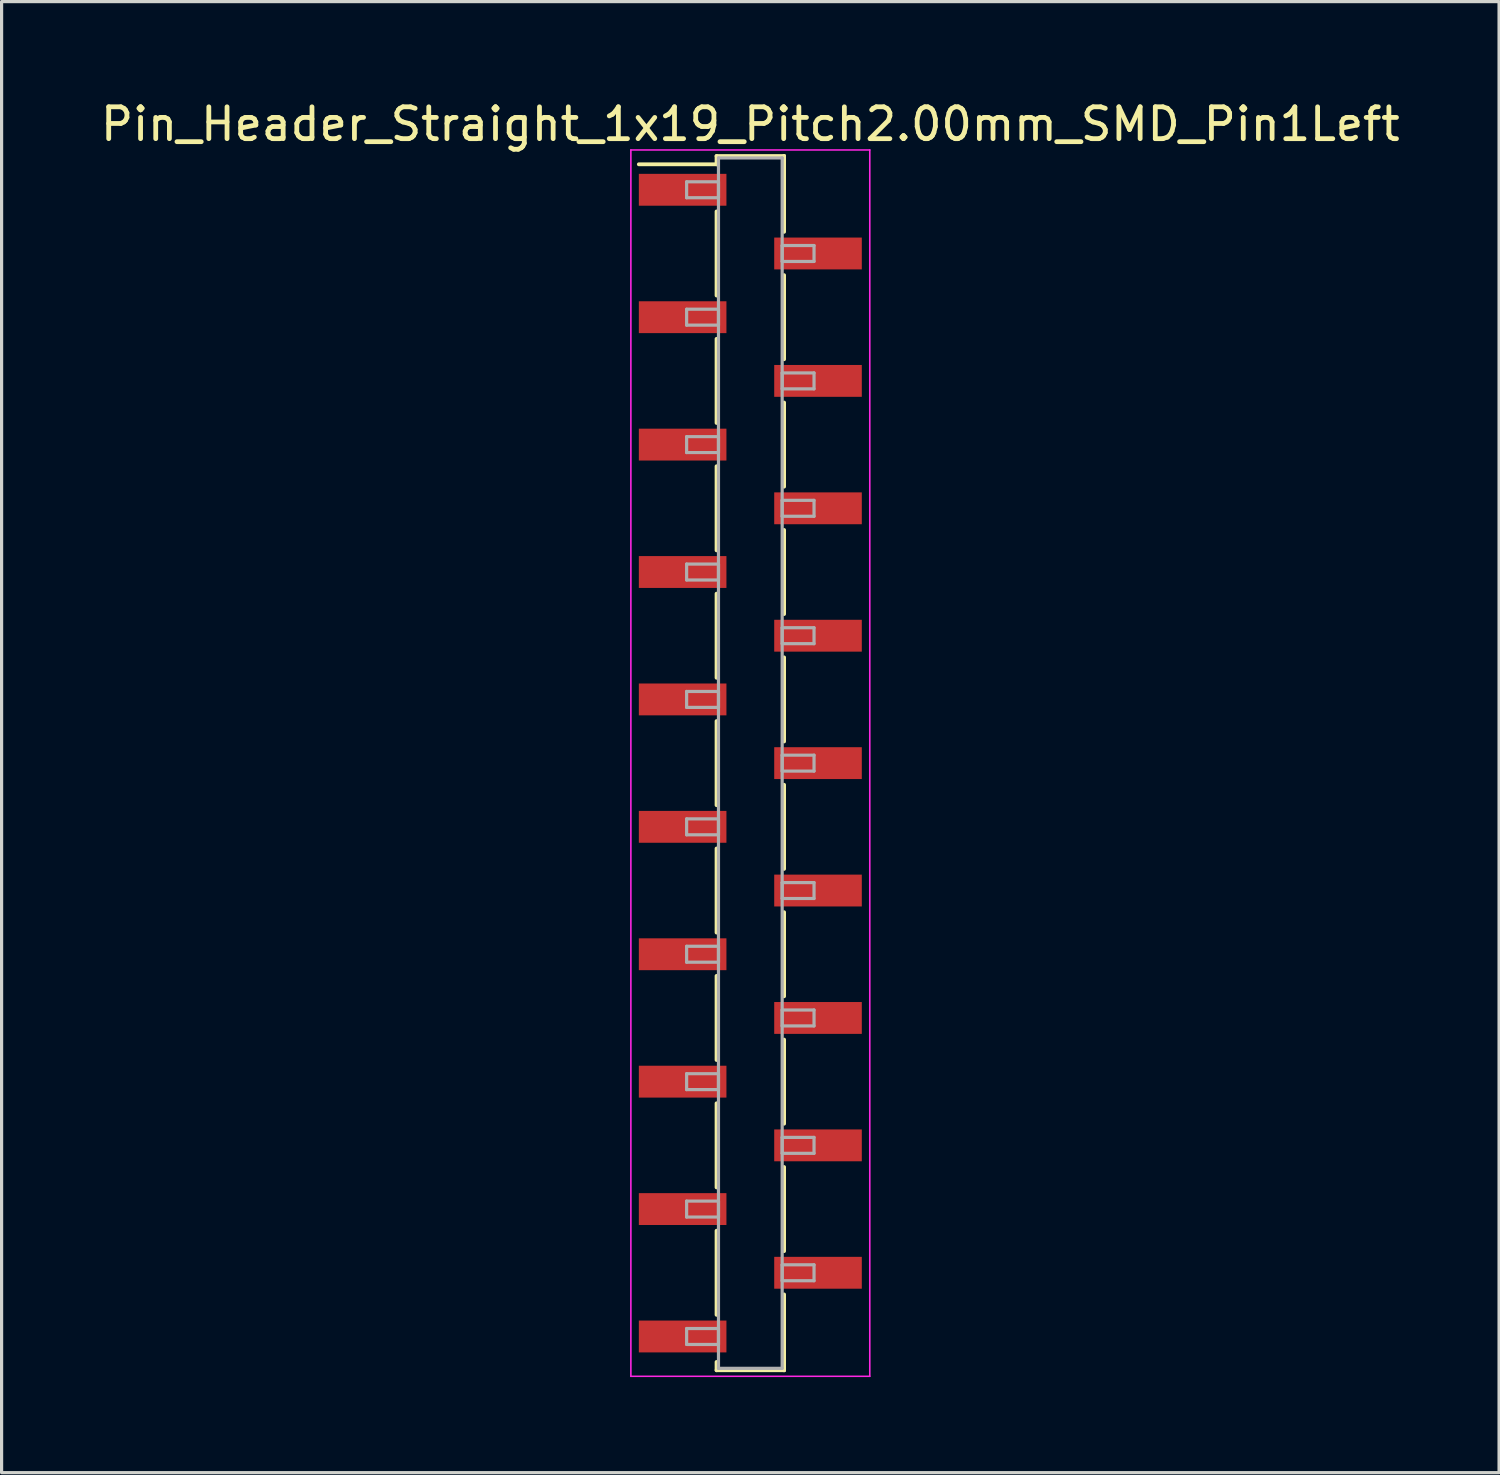
<source format=kicad_pcb>
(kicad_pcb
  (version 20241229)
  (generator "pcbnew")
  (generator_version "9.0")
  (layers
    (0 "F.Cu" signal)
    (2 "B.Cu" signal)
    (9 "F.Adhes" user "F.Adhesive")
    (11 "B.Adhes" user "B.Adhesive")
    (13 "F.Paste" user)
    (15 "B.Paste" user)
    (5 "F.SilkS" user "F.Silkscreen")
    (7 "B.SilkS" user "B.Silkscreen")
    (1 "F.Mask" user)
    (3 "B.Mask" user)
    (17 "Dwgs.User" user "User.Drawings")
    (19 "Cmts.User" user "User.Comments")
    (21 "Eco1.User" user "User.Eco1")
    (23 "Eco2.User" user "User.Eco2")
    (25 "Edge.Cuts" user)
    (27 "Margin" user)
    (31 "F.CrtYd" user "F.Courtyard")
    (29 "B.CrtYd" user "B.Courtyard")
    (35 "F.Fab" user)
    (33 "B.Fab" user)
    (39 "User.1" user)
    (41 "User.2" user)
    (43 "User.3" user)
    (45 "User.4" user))
  (footprint "Pin_Header_Straight_1x19_Pitch2.00mm_SMD_Pin1Left"
    (layer "F.Cu")
    (at 20.506 20.908)
    (property "Reference" "Pin_Header_Straight_1x19_Pitch2.00mm_SMD_Pin1Left" (at 0 -20.06 0) (layer "F.SilkS") (effects (font (size 1 1) (thickness 0.15))))
    (attr smd)
    (fp_line (start -1.06 -19.06) (end 1.06 -19.06) (stroke (width 0.12) (type solid)) (layer "F.SilkS"))
    (fp_line (start -1.06 -18.8) (end -3.5 -18.8) (stroke (width 0.12) (type solid)) (layer "F.SilkS"))
    (fp_line (start -1.06 -18.8) (end -1.06 -19.06) (stroke (width 0.12) (type solid)) (layer "F.SilkS"))
    (fp_line (start -1.06 -17.32) (end -1.06 -14.68) (stroke (width 0.12) (type solid)) (layer "F.SilkS"))
    (fp_line (start -1.06 -13.32) (end -1.06 -10.68) (stroke (width 0.12) (type solid)) (layer "F.SilkS"))
    (fp_line (start -1.06 -9.32) (end -1.06 -6.68) (stroke (width 0.12) (type solid)) (layer "F.SilkS"))
    (fp_line (start -1.06 -5.32) (end -1.06 -2.68) (stroke (width 0.12) (type solid)) (layer "F.SilkS"))
    (fp_line (start -1.06 -1.32) (end -1.06 1.32) (stroke (width 0.12) (type solid)) (layer "F.SilkS"))
    (fp_line (start -1.06 2.68) (end -1.06 5.32) (stroke (width 0.12) (type solid)) (layer "F.SilkS"))
    (fp_line (start -1.06 6.68) (end -1.06 9.32) (stroke (width 0.12) (type solid)) (layer "F.SilkS"))
    (fp_line (start -1.06 10.68) (end -1.06 13.32) (stroke (width 0.12) (type solid)) (layer "F.SilkS"))
    (fp_line (start -1.06 14.68) (end -1.06 17.32) (stroke (width 0.12) (type solid)) (layer "F.SilkS"))
    (fp_line (start -1.06 18.8) (end -1.06 19.06) (stroke (width 0.12) (type solid)) (layer "F.SilkS"))
    (fp_line (start -1.06 19.06) (end 1.06 19.06) (stroke (width 0.12) (type solid)) (layer "F.SilkS"))
    (fp_line (start 1.06 -19.06) (end 1.06 -18.8) (stroke (width 0.12) (type solid)) (layer "F.SilkS"))
    (fp_line (start 1.06 -19.06) (end 1.06 -16.68) (stroke (width 0.12) (type solid)) (layer "F.SilkS"))
    (fp_line (start 1.06 -15.32) (end 1.06 -12.68) (stroke (width 0.12) (type solid)) (layer "F.SilkS"))
    (fp_line (start 1.06 -11.32) (end 1.06 -8.68) (stroke (width 0.12) (type solid)) (layer "F.SilkS"))
    (fp_line (start 1.06 -7.32) (end 1.06 -4.68) (stroke (width 0.12) (type solid)) (layer "F.SilkS"))
    (fp_line (start 1.06 -3.32) (end 1.06 -0.68) (stroke (width 0.12) (type solid)) (layer "F.SilkS"))
    (fp_line (start 1.06 0.68) (end 1.06 3.32) (stroke (width 0.12) (type solid)) (layer "F.SilkS"))
    (fp_line (start 1.06 4.68) (end 1.06 7.32) (stroke (width 0.12) (type solid)) (layer "F.SilkS"))
    (fp_line (start 1.06 8.68) (end 1.06 11.32) (stroke (width 0.12) (type solid)) (layer "F.SilkS"))
    (fp_line (start 1.06 12.68) (end 1.06 15.32) (stroke (width 0.12) (type solid)) (layer "F.SilkS"))
    (fp_line (start 1.06 16.68) (end 1.06 19.06) (stroke (width 0.12) (type solid)) (layer "F.SilkS"))
    (fp_line (start 1.06 19.06) (end 1.06 18.8) (stroke (width 0.12) (type solid)) (layer "F.SilkS"))
    (fp_line (start -3.75 -19.25) (end -3.75 19.25) (stroke (width 0.05) (type solid)) (layer "F.CrtYd"))
    (fp_line (start -3.75 19.25) (end 3.75 19.25) (stroke (width 0.05) (type solid)) (layer "F.CrtYd"))
    (fp_line (start 3.75 -19.25) (end -3.75 -19.25) (stroke (width 0.05) (type solid)) (layer "F.CrtYd"))
    (fp_line (start 3.75 19.25) (end 3.75 -19.25) (stroke (width 0.05) (type solid)) (layer "F.CrtYd"))
    (fp_line (start -2 -18.25) (end -1 -18.25) (stroke (width 0.1) (type solid)) (layer "F.Fab"))
    (fp_line (start -2 -17.75) (end -2 -18.25) (stroke (width 0.1) (type solid)) (layer "F.Fab"))
    (fp_line (start -2 -14.25) (end -1 -14.25) (stroke (width 0.1) (type solid)) (layer "F.Fab"))
    (fp_line (start -2 -13.75) (end -2 -14.25) (stroke (width 0.1) (type solid)) (layer "F.Fab"))
    (fp_line (start -2 -10.25) (end -1 -10.25) (stroke (width 0.1) (type solid)) (layer "F.Fab"))
    (fp_line (start -2 -9.75) (end -2 -10.25) (stroke (width 0.1) (type solid)) (layer "F.Fab"))
    (fp_line (start -2 -6.25) (end -1 -6.25) (stroke (width 0.1) (type solid)) (layer "F.Fab"))
    (fp_line (start -2 -5.75) (end -2 -6.25) (stroke (width 0.1) (type solid)) (layer "F.Fab"))
    (fp_line (start -2 -2.25) (end -1 -2.25) (stroke (width 0.1) (type solid)) (layer "F.Fab"))
    (fp_line (start -2 -1.75) (end -2 -2.25) (stroke (width 0.1) (type solid)) (layer "F.Fab"))
    (fp_line (start -2 1.75) (end -1 1.75) (stroke (width 0.1) (type solid)) (layer "F.Fab"))
    (fp_line (start -2 2.25) (end -2 1.75) (stroke (width 0.1) (type solid)) (layer "F.Fab"))
    (fp_line (start -2 5.75) (end -1 5.75) (stroke (width 0.1) (type solid)) (layer "F.Fab"))
    (fp_line (start -2 6.25) (end -2 5.75) (stroke (width 0.1) (type solid)) (layer "F.Fab"))
    (fp_line (start -2 9.75) (end -1 9.75) (stroke (width 0.1) (type solid)) (layer "F.Fab"))
    (fp_line (start -2 10.25) (end -2 9.75) (stroke (width 0.1) (type solid)) (layer "F.Fab"))
    (fp_line (start -2 13.75) (end -1 13.75) (stroke (width 0.1) (type solid)) (layer "F.Fab"))
    (fp_line (start -2 14.25) (end -2 13.75) (stroke (width 0.1) (type solid)) (layer "F.Fab"))
    (fp_line (start -2 17.75) (end -1 17.75) (stroke (width 0.1) (type solid)) (layer "F.Fab"))
    (fp_line (start -2 18.25) (end -2 17.75) (stroke (width 0.1) (type solid)) (layer "F.Fab"))
    (fp_line (start -1 -19) (end -1 19) (stroke (width 0.1) (type solid)) (layer "F.Fab"))
    (fp_line (start -1 -18.25) (end -1 -17.75) (stroke (width 0.1) (type solid)) (layer "F.Fab"))
    (fp_line (start -1 -17.75) (end -2 -17.75) (stroke (width 0.1) (type solid)) (layer "F.Fab"))
    (fp_line (start -1 -14.25) (end -1 -13.75) (stroke (width 0.1) (type solid)) (layer "F.Fab"))
    (fp_line (start -1 -13.75) (end -2 -13.75) (stroke (width 0.1) (type solid)) (layer "F.Fab"))
    (fp_line (start -1 -10.25) (end -1 -9.75) (stroke (width 0.1) (type solid)) (layer "F.Fab"))
    (fp_line (start -1 -9.75) (end -2 -9.75) (stroke (width 0.1) (type solid)) (layer "F.Fab"))
    (fp_line (start -1 -6.25) (end -1 -5.75) (stroke (width 0.1) (type solid)) (layer "F.Fab"))
    (fp_line (start -1 -5.75) (end -2 -5.75) (stroke (width 0.1) (type solid)) (layer "F.Fab"))
    (fp_line (start -1 -2.25) (end -1 -1.75) (stroke (width 0.1) (type solid)) (layer "F.Fab"))
    (fp_line (start -1 -1.75) (end -2 -1.75) (stroke (width 0.1) (type solid)) (layer "F.Fab"))
    (fp_line (start -1 1.75) (end -1 2.25) (stroke (width 0.1) (type solid)) (layer "F.Fab"))
    (fp_line (start -1 2.25) (end -2 2.25) (stroke (width 0.1) (type solid)) (layer "F.Fab"))
    (fp_line (start -1 5.75) (end -1 6.25) (stroke (width 0.1) (type solid)) (layer "F.Fab"))
    (fp_line (start -1 6.25) (end -2 6.25) (stroke (width 0.1) (type solid)) (layer "F.Fab"))
    (fp_line (start -1 9.75) (end -1 10.25) (stroke (width 0.1) (type solid)) (layer "F.Fab"))
    (fp_line (start -1 10.25) (end -2 10.25) (stroke (width 0.1) (type solid)) (layer "F.Fab"))
    (fp_line (start -1 13.75) (end -1 14.25) (stroke (width 0.1) (type solid)) (layer "F.Fab"))
    (fp_line (start -1 14.25) (end -2 14.25) (stroke (width 0.1) (type solid)) (layer "F.Fab"))
    (fp_line (start -1 17.75) (end -1 18.25) (stroke (width 0.1) (type solid)) (layer "F.Fab"))
    (fp_line (start -1 18.25) (end -2 18.25) (stroke (width 0.1) (type solid)) (layer "F.Fab"))
    (fp_line (start -1 19) (end 1 19) (stroke (width 0.1) (type solid)) (layer "F.Fab"))
    (fp_line (start 1 -19) (end -1 -19) (stroke (width 0.1) (type solid)) (layer "F.Fab"))
    (fp_line (start 1 -16.25) (end 1 -15.75) (stroke (width 0.1) (type solid)) (layer "F.Fab"))
    (fp_line (start 1 -15.75) (end 2 -15.75) (stroke (width 0.1) (type solid)) (layer "F.Fab"))
    (fp_line (start 1 -12.25) (end 1 -11.75) (stroke (width 0.1) (type solid)) (layer "F.Fab"))
    (fp_line (start 1 -11.75) (end 2 -11.75) (stroke (width 0.1) (type solid)) (layer "F.Fab"))
    (fp_line (start 1 -8.25) (end 1 -7.75) (stroke (width 0.1) (type solid)) (layer "F.Fab"))
    (fp_line (start 1 -7.75) (end 2 -7.75) (stroke (width 0.1) (type solid)) (layer "F.Fab"))
    (fp_line (start 1 -4.25) (end 1 -3.75) (stroke (width 0.1) (type solid)) (layer "F.Fab"))
    (fp_line (start 1 -3.75) (end 2 -3.75) (stroke (width 0.1) (type solid)) (layer "F.Fab"))
    (fp_line (start 1 -0.25) (end 1 0.25) (stroke (width 0.1) (type solid)) (layer "F.Fab"))
    (fp_line (start 1 0.25) (end 2 0.25) (stroke (width 0.1) (type solid)) (layer "F.Fab"))
    (fp_line (start 1 3.75) (end 1 4.25) (stroke (width 0.1) (type solid)) (layer "F.Fab"))
    (fp_line (start 1 4.25) (end 2 4.25) (stroke (width 0.1) (type solid)) (layer "F.Fab"))
    (fp_line (start 1 7.75) (end 1 8.25) (stroke (width 0.1) (type solid)) (layer "F.Fab"))
    (fp_line (start 1 8.25) (end 2 8.25) (stroke (width 0.1) (type solid)) (layer "F.Fab"))
    (fp_line (start 1 11.75) (end 1 12.25) (stroke (width 0.1) (type solid)) (layer "F.Fab"))
    (fp_line (start 1 12.25) (end 2 12.25) (stroke (width 0.1) (type solid)) (layer "F.Fab"))
    (fp_line (start 1 15.75) (end 1 16.25) (stroke (width 0.1) (type solid)) (layer "F.Fab"))
    (fp_line (start 1 16.25) (end 2 16.25) (stroke (width 0.1) (type solid)) (layer "F.Fab"))
    (fp_line (start 1 19) (end 1 -19) (stroke (width 0.1) (type solid)) (layer "F.Fab"))
    (fp_line (start 2 -16.25) (end 1 -16.25) (stroke (width 0.1) (type solid)) (layer "F.Fab"))
    (fp_line (start 2 -15.75) (end 2 -16.25) (stroke (width 0.1) (type solid)) (layer "F.Fab"))
    (fp_line (start 2 -12.25) (end 1 -12.25) (stroke (width 0.1) (type solid)) (layer "F.Fab"))
    (fp_line (start 2 -11.75) (end 2 -12.25) (stroke (width 0.1) (type solid)) (layer "F.Fab"))
    (fp_line (start 2 -8.25) (end 1 -8.25) (stroke (width 0.1) (type solid)) (layer "F.Fab"))
    (fp_line (start 2 -7.75) (end 2 -8.25) (stroke (width 0.1) (type solid)) (layer "F.Fab"))
    (fp_line (start 2 -4.25) (end 1 -4.25) (stroke (width 0.1) (type solid)) (layer "F.Fab"))
    (fp_line (start 2 -3.75) (end 2 -4.25) (stroke (width 0.1) (type solid)) (layer "F.Fab"))
    (fp_line (start 2 -0.25) (end 1 -0.25) (stroke (width 0.1) (type solid)) (layer "F.Fab"))
    (fp_line (start 2 0.25) (end 2 -0.25) (stroke (width 0.1) (type solid)) (layer "F.Fab"))
    (fp_line (start 2 3.75) (end 1 3.75) (stroke (width 0.1) (type solid)) (layer "F.Fab"))
    (fp_line (start 2 4.25) (end 2 3.75) (stroke (width 0.1) (type solid)) (layer "F.Fab"))
    (fp_line (start 2 7.75) (end 1 7.75) (stroke (width 0.1) (type solid)) (layer "F.Fab"))
    (fp_line (start 2 8.25) (end 2 7.75) (stroke (width 0.1) (type solid)) (layer "F.Fab"))
    (fp_line (start 2 11.75) (end 1 11.75) (stroke (width 0.1) (type solid)) (layer "F.Fab"))
    (fp_line (start 2 12.25) (end 2 11.75) (stroke (width 0.1) (type solid)) (layer "F.Fab"))
    (fp_line (start 2 15.75) (end 1 15.75) (stroke (width 0.1) (type solid)) (layer "F.Fab"))
    (fp_line (start 2 16.25) (end 2 15.75) (stroke (width 0.1) (type solid)) (layer "F.Fab"))
    (pad "1" smd rect (at -2.125 -18) (size 2.75 1) (layers "F.Cu" "F.Mask"))
    (pad "2" smd rect (at 2.125 -16) (size 2.75 1) (layers "F.Cu" "F.Mask"))
    (pad "3" smd rect (at -2.125 -14) (size 2.75 1) (layers "F.Cu" "F.Mask"))
    (pad "4" smd rect (at 2.125 -12) (size 2.75 1) (layers "F.Cu" "F.Mask"))
    (pad "5" smd rect (at -2.125 -10) (size 2.75 1) (layers "F.Cu" "F.Mask"))
    (pad "6" smd rect (at 2.125 -8) (size 2.75 1) (layers "F.Cu" "F.Mask"))
    (pad "7" smd rect (at -2.125 -6) (size 2.75 1) (layers "F.Cu" "F.Mask"))
    (pad "8" smd rect (at 2.125 -4) (size 2.75 1) (layers "F.Cu" "F.Mask"))
    (pad "9" smd rect (at -2.125 -2) (size 2.75 1) (layers "F.Cu" "F.Mask"))
    (pad "10" smd rect (at 2.125 0) (size 2.75 1) (layers "F.Cu" "F.Mask"))
    (pad "11" smd rect (at -2.125 2) (size 2.75 1) (layers "F.Cu" "F.Mask"))
    (pad "12" smd rect (at 2.125 4) (size 2.75 1) (layers "F.Cu" "F.Mask"))
    (pad "13" smd rect (at -2.125 6) (size 2.75 1) (layers "F.Cu" "F.Mask"))
    (pad "14" smd rect (at 2.125 8) (size 2.75 1) (layers "F.Cu" "F.Mask"))
    (pad "15" smd rect (at -2.125 10) (size 2.75 1) (layers "F.Cu" "F.Mask"))
    (pad "16" smd rect (at 2.125 12) (size 2.75 1) (layers "F.Cu" "F.Mask"))
    (pad "17" smd rect (at -2.125 14) (size 2.75 1) (layers "F.Cu" "F.Mask"))
    (pad "18" smd rect (at 2.125 16) (size 2.75 1) (layers "F.Cu" "F.Mask"))
    (pad "19" smd rect (at -2.125 18) (size 2.75 1) (layers "F.Cu" "F.Mask")))
  (gr_rect
    (start -3 -3)
    (end 44.012 43.183)
    (stroke (width 0.1) (type default))
    (fill no)
    (layer "Edge.Cuts")))
</source>
